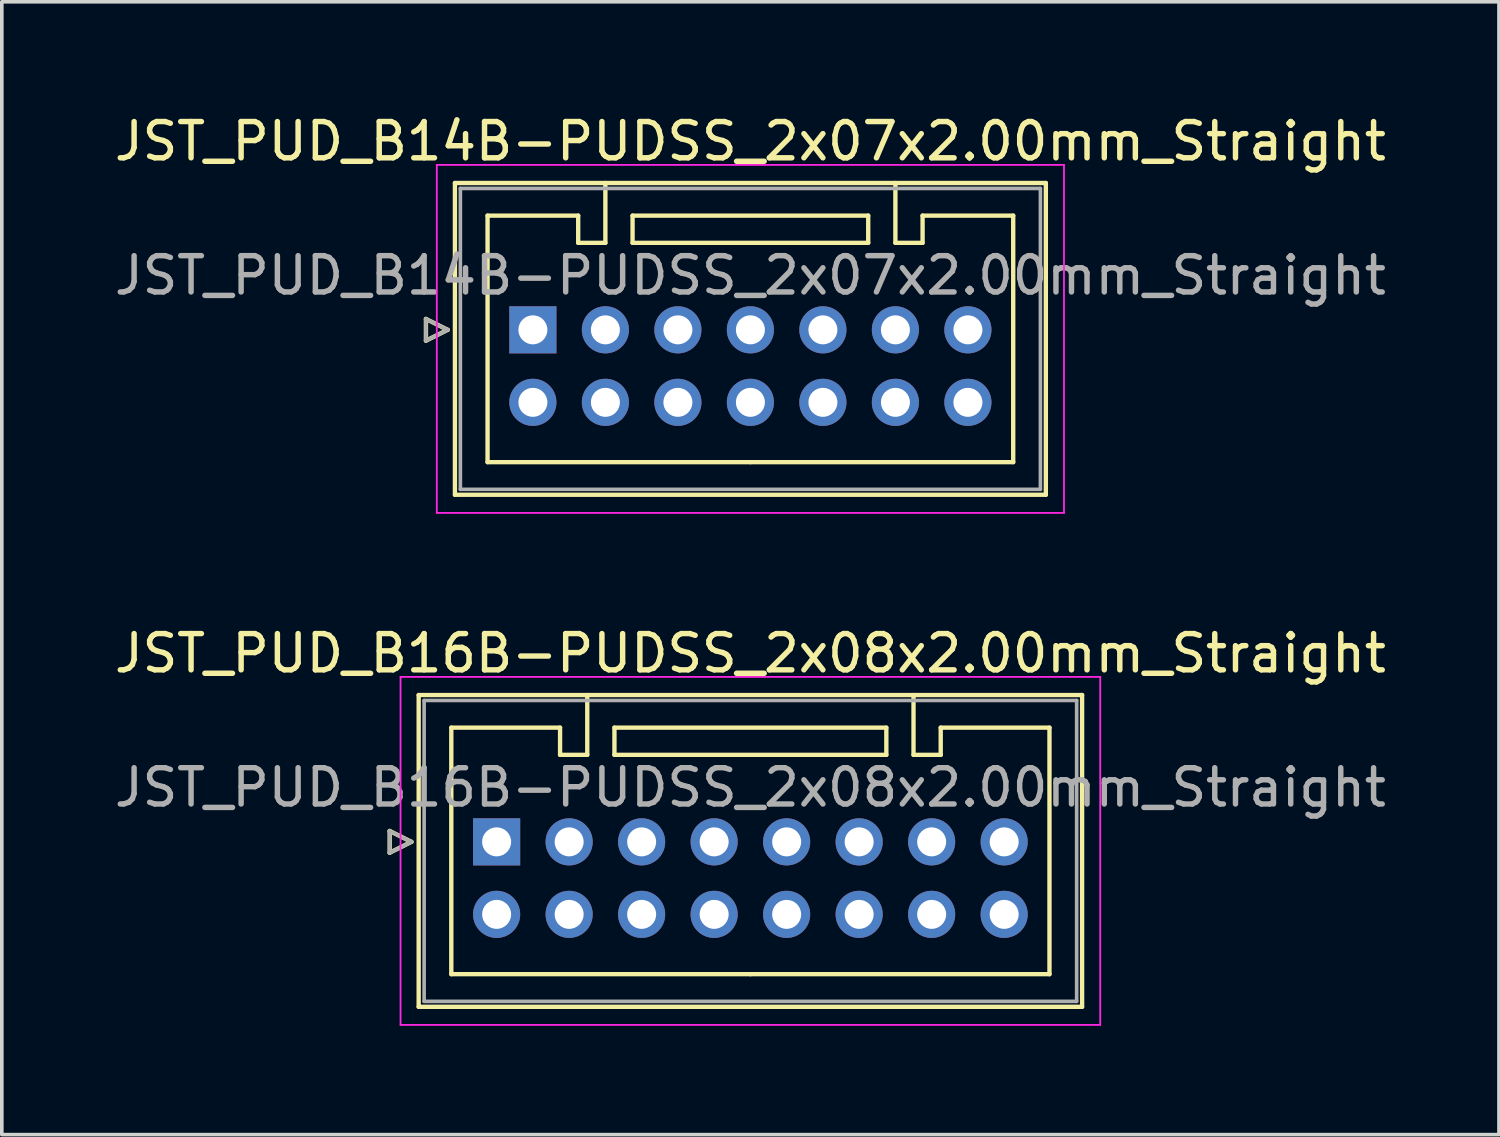
<source format=kicad_pcb>
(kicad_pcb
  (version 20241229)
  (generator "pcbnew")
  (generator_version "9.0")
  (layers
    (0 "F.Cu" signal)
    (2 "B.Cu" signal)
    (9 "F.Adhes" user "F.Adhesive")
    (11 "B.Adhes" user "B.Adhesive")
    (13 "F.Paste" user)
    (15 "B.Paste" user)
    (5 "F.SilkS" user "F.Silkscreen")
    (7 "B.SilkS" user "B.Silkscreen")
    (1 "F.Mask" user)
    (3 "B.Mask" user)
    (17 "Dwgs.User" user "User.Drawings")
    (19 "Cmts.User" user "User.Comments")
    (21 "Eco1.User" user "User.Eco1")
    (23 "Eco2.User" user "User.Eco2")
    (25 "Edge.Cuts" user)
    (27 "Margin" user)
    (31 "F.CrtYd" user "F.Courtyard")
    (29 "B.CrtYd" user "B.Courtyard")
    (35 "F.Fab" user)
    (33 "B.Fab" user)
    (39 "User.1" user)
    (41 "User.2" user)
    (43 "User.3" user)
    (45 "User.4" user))
  (footprint "JST_PUD_B14B-PUDSS_2x07x2.00mm_Straight"
    (layer "F.Cu")
    (at 11.649 6.048)
    (property "Reference" "JST_PUD_B14B-PUDSS_2x07x2.00mm_Straight" (at 6 -5.2 0) (layer "F.SilkS") (effects (font (size 1 1) (thickness 0.15))))
    (attr through_hole)
    (fp_line (start -2.95 -0.3) (end -2.35 0) (stroke (width 0.12) (type solid)) (layer "F.SilkS"))
    (fp_line (start -2.95 0.3) (end -2.95 -0.3) (stroke (width 0.12) (type solid)) (layer "F.SilkS"))
    (fp_line (start -2.35 0) (end -2.95 0.3) (stroke (width 0.12) (type solid)) (layer "F.SilkS"))
    (fp_line (start -2.15 -4.05) (end -2.15 4.55) (stroke (width 0.12) (type solid)) (layer "F.SilkS"))
    (fp_line (start -2.15 4.55) (end 14.15 4.55) (stroke (width 0.12) (type solid)) (layer "F.SilkS"))
    (fp_line (start -1.25 -3.15) (end -1.25 3.65) (stroke (width 0.12) (type solid)) (layer "F.SilkS"))
    (fp_line (start -1.25 3.65) (end 6 3.65) (stroke (width 0.12) (type solid)) (layer "F.SilkS"))
    (fp_line (start 1.25 -3.15) (end -1.25 -3.15) (stroke (width 0.12) (type solid)) (layer "F.SilkS"))
    (fp_line (start 1.25 -2.4) (end 1.25 -3.15) (stroke (width 0.12) (type solid)) (layer "F.SilkS"))
    (fp_line (start 2 -4.05) (end 2 -2.4) (stroke (width 0.12) (type solid)) (layer "F.SilkS"))
    (fp_line (start 2 -2.4) (end 1.25 -2.4) (stroke (width 0.12) (type solid)) (layer "F.SilkS"))
    (fp_line (start 2.75 -3.15) (end 2.75 -2.4) (stroke (width 0.12) (type solid)) (layer "F.SilkS"))
    (fp_line (start 2.75 -2.4) (end 9.25 -2.4) (stroke (width 0.12) (type solid)) (layer "F.SilkS"))
    (fp_line (start 9.25 -3.15) (end 2.75 -3.15) (stroke (width 0.12) (type solid)) (layer "F.SilkS"))
    (fp_line (start 9.25 -2.4) (end 9.25 -3.15) (stroke (width 0.12) (type solid)) (layer "F.SilkS"))
    (fp_line (start 10 -4.05) (end 10 -2.4) (stroke (width 0.12) (type solid)) (layer "F.SilkS"))
    (fp_line (start 10 -2.4) (end 10.75 -2.4) (stroke (width 0.12) (type solid)) (layer "F.SilkS"))
    (fp_line (start 10.75 -3.15) (end 13.25 -3.15) (stroke (width 0.12) (type solid)) (layer "F.SilkS"))
    (fp_line (start 10.75 -2.4) (end 10.75 -3.15) (stroke (width 0.12) (type solid)) (layer "F.SilkS"))
    (fp_line (start 13.25 -3.15) (end 13.25 3.65) (stroke (width 0.12) (type solid)) (layer "F.SilkS"))
    (fp_line (start 13.25 3.65) (end 6 3.65) (stroke (width 0.12) (type solid)) (layer "F.SilkS"))
    (fp_line (start 14.15 -4.05) (end -2.15 -4.05) (stroke (width 0.12) (type solid)) (layer "F.SilkS"))
    (fp_line (start 14.15 4.55) (end 14.15 -4.05) (stroke (width 0.12) (type solid)) (layer "F.SilkS"))
    (fp_line (start -2.65 -4.55) (end -2.65 5.05) (stroke (width 0.05) (type solid)) (layer "F.CrtYd"))
    (fp_line (start -2.65 5.05) (end 14.65 5.05) (stroke (width 0.05) (type solid)) (layer "F.CrtYd"))
    (fp_line (start 14.65 -4.55) (end -2.65 -4.55) (stroke (width 0.05) (type solid)) (layer "F.CrtYd"))
    (fp_line (start 14.65 5.05) (end 14.65 -4.55) (stroke (width 0.05) (type solid)) (layer "F.CrtYd"))
    (fp_line (start -2.95 -0.3) (end -2.35 0) (stroke (width 0.1) (type solid)) (layer "F.Fab"))
    (fp_line (start -2.95 0.3) (end -2.95 -0.3) (stroke (width 0.1) (type solid)) (layer "F.Fab"))
    (fp_line (start -2.35 0) (end -2.95 0.3) (stroke (width 0.1) (type solid)) (layer "F.Fab"))
    (fp_line (start -2 -3.9) (end -2 4.4) (stroke (width 0.1) (type solid)) (layer "F.Fab"))
    (fp_line (start -2 4.4) (end 14 4.4) (stroke (width 0.1) (type solid)) (layer "F.Fab"))
    (fp_line (start 14 -3.9) (end -2 -3.9) (stroke (width 0.1) (type solid)) (layer "F.Fab"))
    (fp_line (start 14 4.4) (end 14 -3.9) (stroke (width 0.1) (type solid)) (layer "F.Fab"))
    (fp_text user "${REFERENCE}" (at 6 -1.5 0) (layer "F.Fab") (effects (font (size 1 1) (thickness 0.15))))
    (pad "1" thru_hole rect (at 0 0) (size 1.3 1.3) (drill 0.8) (layers "*.Cu" "*.Mask"))
    (pad "2" thru_hole circle (at 0 2) (size 1.3 1.3) (drill 0.8) (layers "*.Cu" "*.Mask"))
    (pad "3" thru_hole circle (at 2 0) (size 1.3 1.3) (drill 0.8) (layers "*.Cu" "*.Mask"))
    (pad "4" thru_hole circle (at 2 2) (size 1.3 1.3) (drill 0.8) (layers "*.Cu" "*.Mask"))
    (pad "5" thru_hole circle (at 4 0) (size 1.3 1.3) (drill 0.8) (layers "*.Cu" "*.Mask"))
    (pad "6" thru_hole circle (at 4 2) (size 1.3 1.3) (drill 0.8) (layers "*.Cu" "*.Mask"))
    (pad "7" thru_hole circle (at 6 0) (size 1.3 1.3) (drill 0.8) (layers "*.Cu" "*.Mask"))
    (pad "8" thru_hole circle (at 6 2) (size 1.3 1.3) (drill 0.8) (layers "*.Cu" "*.Mask"))
    (pad "9" thru_hole circle (at 8 0) (size 1.3 1.3) (drill 0.8) (layers "*.Cu" "*.Mask"))
    (pad "10" thru_hole circle (at 8 2) (size 1.3 1.3) (drill 0.8) (layers "*.Cu" "*.Mask"))
    (pad "11" thru_hole circle (at 10 0) (size 1.3 1.3) (drill 0.8) (layers "*.Cu" "*.Mask"))
    (pad "12" thru_hole circle (at 10 2) (size 1.3 1.3) (drill 0.8) (layers "*.Cu" "*.Mask"))
    (pad "13" thru_hole circle (at 12 0) (size 1.3 1.3) (drill 0.8) (layers "*.Cu" "*.Mask"))
    (pad "14" thru_hole circle (at 12 2) (size 1.3 1.3) (drill 0.8) (layers "*.Cu" "*.Mask")))
  (footprint "JST_PUD_B16B-PUDSS_2x08x2.00mm_Straight"
    (layer "F.Cu")
    (at 10.649 20.172)
    (property "Reference" "JST_PUD_B16B-PUDSS_2x08x2.00mm_Straight" (at 7 -5.2 0) (layer "F.SilkS") (effects (font (size 1 1) (thickness 0.15))))
    (attr through_hole)
    (fp_line (start -2.95 -0.3) (end -2.35 0) (stroke (width 0.12) (type solid)) (layer "F.SilkS"))
    (fp_line (start -2.95 0.3) (end -2.95 -0.3) (stroke (width 0.12) (type solid)) (layer "F.SilkS"))
    (fp_line (start -2.35 0) (end -2.95 0.3) (stroke (width 0.12) (type solid)) (layer "F.SilkS"))
    (fp_line (start -2.15 -4.05) (end -2.15 4.55) (stroke (width 0.12) (type solid)) (layer "F.SilkS"))
    (fp_line (start -2.15 4.55) (end 16.15 4.55) (stroke (width 0.12) (type solid)) (layer "F.SilkS"))
    (fp_line (start -1.25 -3.15) (end -1.25 3.65) (stroke (width 0.12) (type solid)) (layer "F.SilkS"))
    (fp_line (start -1.25 3.65) (end 7 3.65) (stroke (width 0.12) (type solid)) (layer "F.SilkS"))
    (fp_line (start 1.75 -3.15) (end -1.25 -3.15) (stroke (width 0.12) (type solid)) (layer "F.SilkS"))
    (fp_line (start 1.75 -2.4) (end 1.75 -3.15) (stroke (width 0.12) (type solid)) (layer "F.SilkS"))
    (fp_line (start 2.5 -4.05) (end 2.5 -2.4) (stroke (width 0.12) (type solid)) (layer "F.SilkS"))
    (fp_line (start 2.5 -2.4) (end 1.75 -2.4) (stroke (width 0.12) (type solid)) (layer "F.SilkS"))
    (fp_line (start 3.25 -3.15) (end 3.25 -2.4) (stroke (width 0.12) (type solid)) (layer "F.SilkS"))
    (fp_line (start 3.25 -2.4) (end 10.75 -2.4) (stroke (width 0.12) (type solid)) (layer "F.SilkS"))
    (fp_line (start 10.75 -3.15) (end 3.25 -3.15) (stroke (width 0.12) (type solid)) (layer "F.SilkS"))
    (fp_line (start 10.75 -2.4) (end 10.75 -3.15) (stroke (width 0.12) (type solid)) (layer "F.SilkS"))
    (fp_line (start 11.5 -4.05) (end 11.5 -2.4) (stroke (width 0.12) (type solid)) (layer "F.SilkS"))
    (fp_line (start 11.5 -2.4) (end 12.25 -2.4) (stroke (width 0.12) (type solid)) (layer "F.SilkS"))
    (fp_line (start 12.25 -3.15) (end 15.25 -3.15) (stroke (width 0.12) (type solid)) (layer "F.SilkS"))
    (fp_line (start 12.25 -2.4) (end 12.25 -3.15) (stroke (width 0.12) (type solid)) (layer "F.SilkS"))
    (fp_line (start 15.25 -3.15) (end 15.25 3.65) (stroke (width 0.12) (type solid)) (layer "F.SilkS"))
    (fp_line (start 15.25 3.65) (end 7 3.65) (stroke (width 0.12) (type solid)) (layer "F.SilkS"))
    (fp_line (start 16.15 -4.05) (end -2.15 -4.05) (stroke (width 0.12) (type solid)) (layer "F.SilkS"))
    (fp_line (start 16.15 4.55) (end 16.15 -4.05) (stroke (width 0.12) (type solid)) (layer "F.SilkS"))
    (fp_line (start -2.65 -4.55) (end -2.65 5.05) (stroke (width 0.05) (type solid)) (layer "F.CrtYd"))
    (fp_line (start -2.65 5.05) (end 16.65 5.05) (stroke (width 0.05) (type solid)) (layer "F.CrtYd"))
    (fp_line (start 16.65 -4.55) (end -2.65 -4.55) (stroke (width 0.05) (type solid)) (layer "F.CrtYd"))
    (fp_line (start 16.65 5.05) (end 16.65 -4.55) (stroke (width 0.05) (type solid)) (layer "F.CrtYd"))
    (fp_line (start -2.95 -0.3) (end -2.35 0) (stroke (width 0.1) (type solid)) (layer "F.Fab"))
    (fp_line (start -2.95 0.3) (end -2.95 -0.3) (stroke (width 0.1) (type solid)) (layer "F.Fab"))
    (fp_line (start -2.35 0) (end -2.95 0.3) (stroke (width 0.1) (type solid)) (layer "F.Fab"))
    (fp_line (start -2 -3.9) (end -2 4.4) (stroke (width 0.1) (type solid)) (layer "F.Fab"))
    (fp_line (start -2 4.4) (end 16 4.4) (stroke (width 0.1) (type solid)) (layer "F.Fab"))
    (fp_line (start 16 -3.9) (end -2 -3.9) (stroke (width 0.1) (type solid)) (layer "F.Fab"))
    (fp_line (start 16 4.4) (end 16 -3.9) (stroke (width 0.1) (type solid)) (layer "F.Fab"))
    (fp_text user "${REFERENCE}" (at 7 -1.5 0) (layer "F.Fab") (effects (font (size 1 1) (thickness 0.15))))
    (pad "1" thru_hole rect (at 0 0) (size 1.3 1.3) (drill 0.8) (layers "*.Cu" "*.Mask"))
    (pad "2" thru_hole circle (at 0 2) (size 1.3 1.3) (drill 0.8) (layers "*.Cu" "*.Mask"))
    (pad "3" thru_hole circle (at 2 0) (size 1.3 1.3) (drill 0.8) (layers "*.Cu" "*.Mask"))
    (pad "4" thru_hole circle (at 2 2) (size 1.3 1.3) (drill 0.8) (layers "*.Cu" "*.Mask"))
    (pad "5" thru_hole circle (at 4 0) (size 1.3 1.3) (drill 0.8) (layers "*.Cu" "*.Mask"))
    (pad "6" thru_hole circle (at 4 2) (size 1.3 1.3) (drill 0.8) (layers "*.Cu" "*.Mask"))
    (pad "7" thru_hole circle (at 6 0) (size 1.3 1.3) (drill 0.8) (layers "*.Cu" "*.Mask"))
    (pad "8" thru_hole circle (at 6 2) (size 1.3 1.3) (drill 0.8) (layers "*.Cu" "*.Mask"))
    (pad "9" thru_hole circle (at 8 0) (size 1.3 1.3) (drill 0.8) (layers "*.Cu" "*.Mask"))
    (pad "10" thru_hole circle (at 8 2) (size 1.3 1.3) (drill 0.8) (layers "*.Cu" "*.Mask"))
    (pad "11" thru_hole circle (at 10 0) (size 1.3 1.3) (drill 0.8) (layers "*.Cu" "*.Mask"))
    (pad "12" thru_hole circle (at 10 2) (size 1.3 1.3) (drill 0.8) (layers "*.Cu" "*.Mask"))
    (pad "13" thru_hole circle (at 12 0) (size 1.3 1.3) (drill 0.8) (layers "*.Cu" "*.Mask"))
    (pad "14" thru_hole circle (at 12 2) (size 1.3 1.3) (drill 0.8) (layers "*.Cu" "*.Mask"))
    (pad "15" thru_hole circle (at 14 0) (size 1.3 1.3) (drill 0.8) (layers "*.Cu" "*.Mask"))
    (pad "16" thru_hole circle (at 14 2) (size 1.3 1.3) (drill 0.8) (layers "*.Cu" "*.Mask")))
  (gr_rect
    (start -3 -3)
    (end 38.298 28.247)
    (stroke (width 0.1) (type default))
    (fill no)
    (layer "Edge.Cuts")))
</source>
